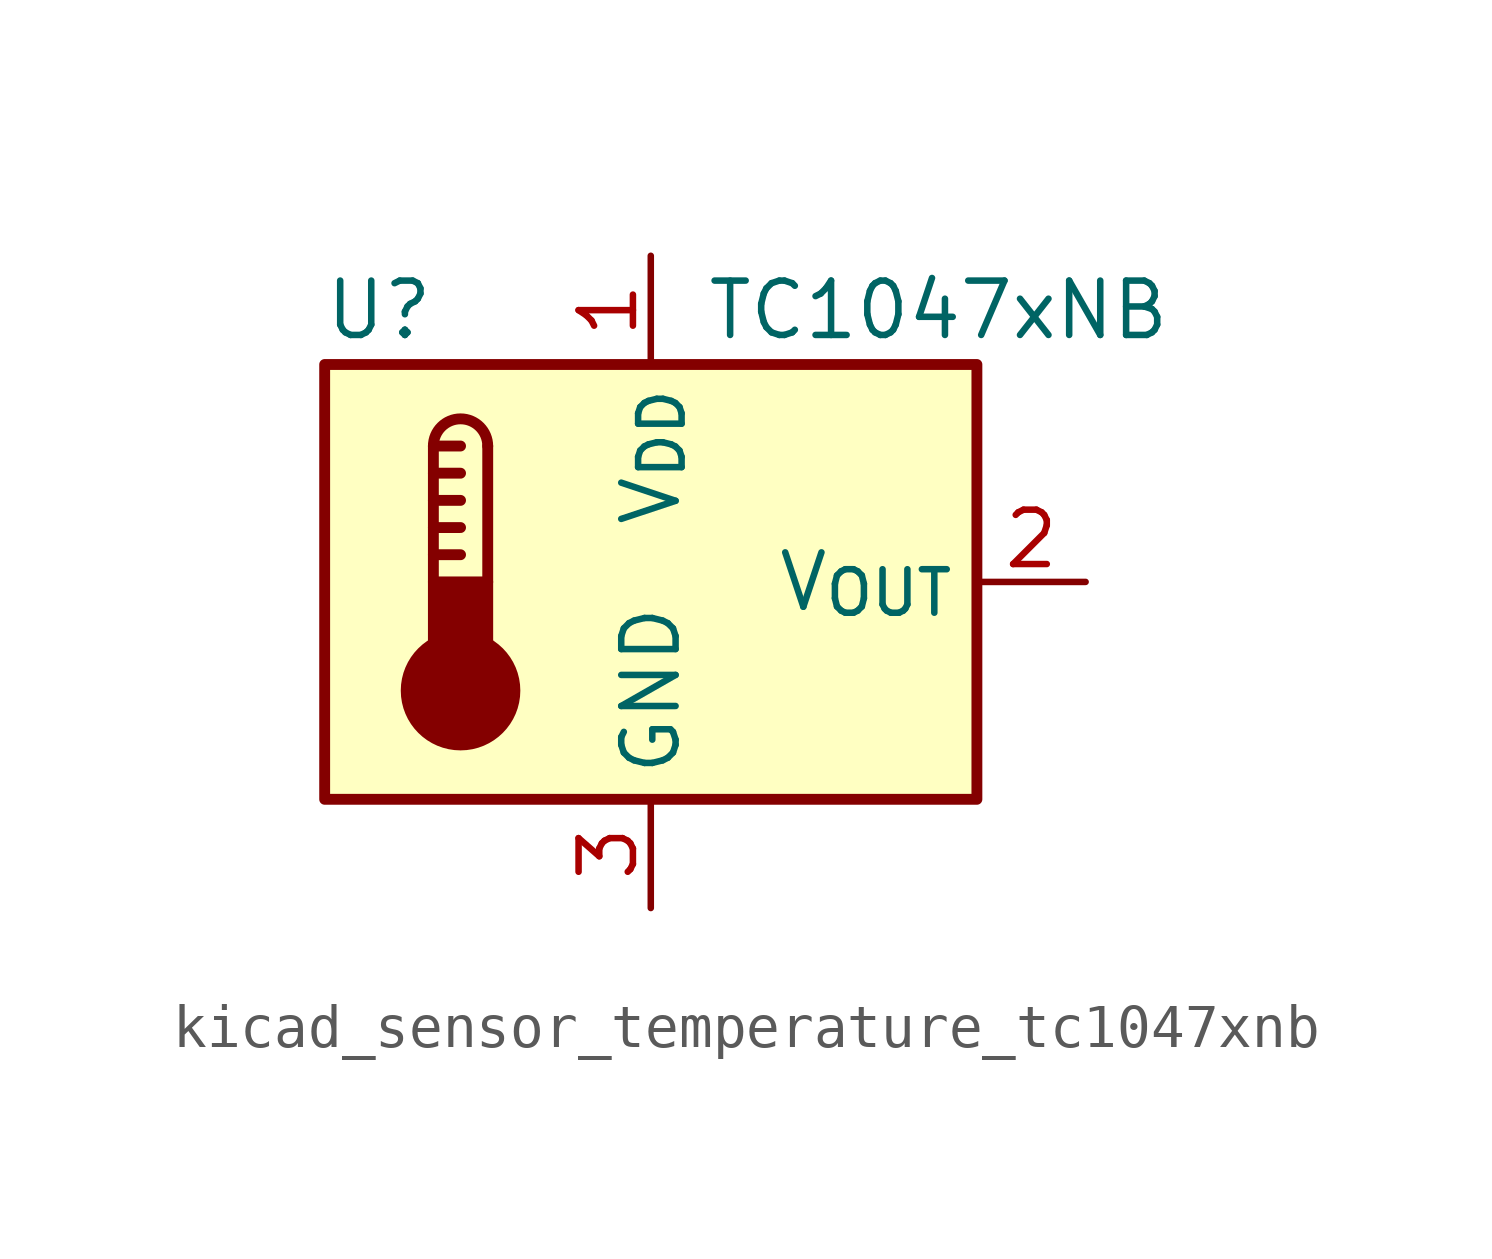
<source format=kicad_sym>
(kicad_symbol_lib
  (version 20220914)
  (generator kicad_symbol_editor)
  (symbol "kicad_sensor_temperature_tc1047xnb"
    (property "Reference" "U"
      (at -6.35 6.35 0)
      (effects (font (size 1.27 1.27))))
    (property "Value" "TC1047xNB"
      (at 1.27 6.35 0)
      (effects (font (size 1.27 1.27)) (justify left)))
    (symbol "kicad_sensor_temperature_tc1047xnb_0_1"
      (rectangle (start -7.62 5.08) (end 7.62 -5.08) (stroke (width 0.254) (type default)) (fill (type background)))
      (circle (center -4.445 -2.54) (radius 1.27) (stroke (width 0.254) (type default)) (fill (type outline)))
      (rectangle (start -3.81 -1.905) (end -5.08 0) (stroke (width 0.254) (type default)) (fill (type outline)))
      (arc (start -3.81 3.175) (mid -4.445 3.8073) (end -5.08 3.175) (stroke (width 0.254) (type default)) (fill (type none)))
      (polyline (pts (xy -5.08 0.635) (xy -4.445 0.635)) (stroke (width 0.254) (type default)) (fill (type none)))
      (polyline (pts (xy -5.08 1.27) (xy -4.445 1.27)) (stroke (width 0.254) (type default)) (fill (type none)))
      (polyline (pts (xy -5.08 1.905) (xy -4.445 1.905)) (stroke (width 0.254) (type default)) (fill (type none)))
      (polyline (pts (xy -5.08 2.54) (xy -4.445 2.54)) (stroke (width 0.254) (type default)) (fill (type none)))
      (polyline (pts (xy -5.08 3.175) (xy -5.08 0)) (stroke (width 0.254) (type default)) (fill (type none)))
      (polyline (pts (xy -5.08 3.175) (xy -4.445 3.175)) (stroke (width 0.254) (type default)) (fill (type none)))
      (polyline (pts (xy -3.81 3.175) (xy -3.81 0)) (stroke (width 0.254) (type default)) (fill (type none))))
    (symbol "kicad_sensor_temperature_tc1047xnb_1_1"
      (pin power_in line (at 0 7.62 270) (length 2.54) (name "V_{DD}" (effects (font (size 1.27 1.27)))) (number "1" (effects (font (size 1.27 1.27)))))
      (pin output line (at 10.16 0 180) (length 2.54) (name "V_{OUT}" (effects (font (size 1.27 1.27)))) (number "2" (effects (font (size 1.27 1.27)))))
      (pin power_in line (at 0 -7.62 90) (length 2.54) (name "GND" (effects (font (size 1.27 1.27)))) (number "3" (effects (font (size 1.27 1.27))))))))
</source>
